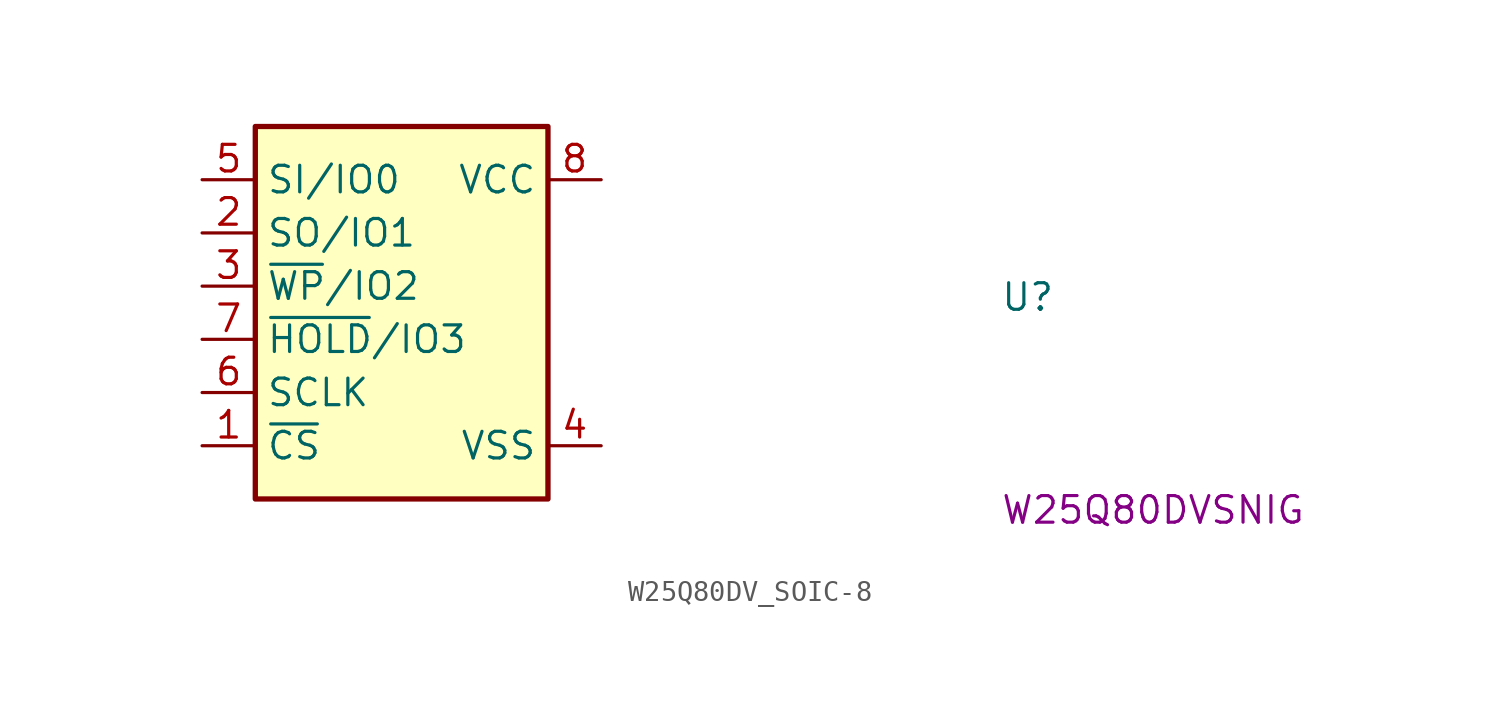
<source format=kicad_sym>
(kicad_symbol_lib
  (version 20220914)
  (generator kicad_symbol_editor)
  (symbol "W25Q80DV_SOIC-8"
    (property "Reference" "U"
      (at 38.1 -6.35 0)
      (effects (font (size 1.27 1.27) (thickness 0.15)) (justify left bottom)))
    (property "MPN" "W25Q80DVSNIG"
      (at 38.1 -16.51 0)
      (effects (font (size 1.27 1.27) (thickness 0.15)) (justify left bottom)))
    (symbol "W25Q80DV_SOIC-8_1_1"
      (rectangle (start 2.54 2.54) (end 16.51 -15.24) (stroke (width 0.254) (type default)) (fill (type background)))
      (pin input line (at 0 -12.7 0) (length 2.54) (name "~{CS}" (effects (font (size 1.27 1.27)))) (number "1" (effects (font (size 1.27 1.27)))))
      (pin input line (at 0 -2.54 0) (length 2.54) (name "SO/IO1" (effects (font (size 1.27 1.27)))) (number "2" (effects (font (size 1.27 1.27)))))
      (pin input line (at 0 -5.08 0) (length 2.54) (name "~{WP}/IO2" (effects (font (size 1.27 1.27)))) (number "3" (effects (font (size 1.27 1.27)))))
      (pin power_in line (at 19.05 -12.7 180) (length 2.54) (name "VSS" (effects (font (size 1.27 1.27)))) (number "4" (effects (font (size 1.27 1.27)))))
      (pin input line (at 0 0 0) (length 2.54) (name "SI/IO0" (effects (font (size 1.27 1.27)))) (number "5" (effects (font (size 1.27 1.27)))))
      (pin input line (at 0 -10.16 0) (length 2.54) (name "SCLK" (effects (font (size 1.27 1.27)))) (number "6" (effects (font (size 1.27 1.27)))))
      (pin input line (at 0 -7.62 0) (length 2.54) (name "~{HOLD}/IO3" (effects (font (size 1.27 1.27)))) (number "7" (effects (font (size 1.27 1.27)))))
      (pin power_in line (at 19.05 0 180) (length 2.54) (name "VCC" (effects (font (size 1.27 1.27)))) (number "8" (effects (font (size 1.27 1.27))))))))
</source>
